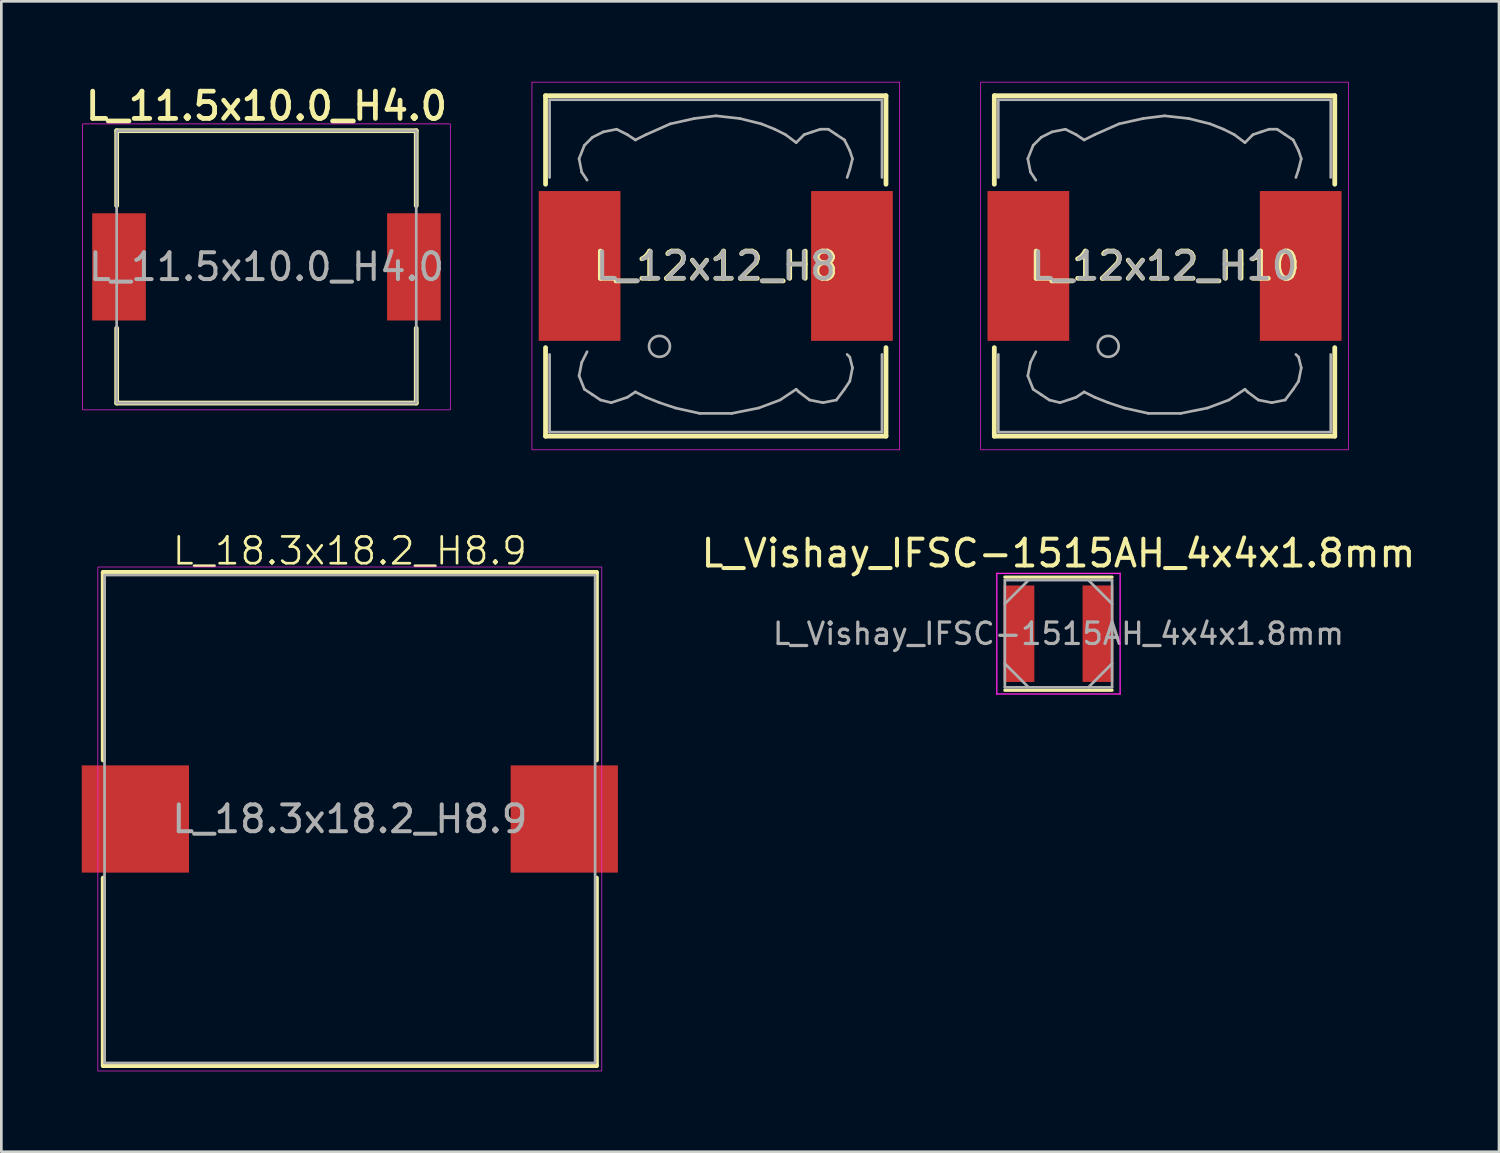
<source format=kicad_pcb>
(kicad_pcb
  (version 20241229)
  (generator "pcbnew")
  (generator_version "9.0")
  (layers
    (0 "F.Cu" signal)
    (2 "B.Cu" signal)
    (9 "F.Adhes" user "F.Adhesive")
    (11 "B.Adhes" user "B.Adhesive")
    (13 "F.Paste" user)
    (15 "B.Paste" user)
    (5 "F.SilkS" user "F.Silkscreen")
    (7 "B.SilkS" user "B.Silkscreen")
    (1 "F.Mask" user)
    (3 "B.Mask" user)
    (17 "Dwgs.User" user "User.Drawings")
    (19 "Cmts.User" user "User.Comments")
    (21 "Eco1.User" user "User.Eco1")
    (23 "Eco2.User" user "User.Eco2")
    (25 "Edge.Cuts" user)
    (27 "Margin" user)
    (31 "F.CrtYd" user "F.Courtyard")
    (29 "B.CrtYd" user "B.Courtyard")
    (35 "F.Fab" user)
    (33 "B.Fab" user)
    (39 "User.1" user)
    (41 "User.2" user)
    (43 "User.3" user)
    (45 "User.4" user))
  (footprint "L_18.3x18.2_H8.9"
    (layer "F.Cu")
    (at 10 27.502)
    (property "Reference" "L_18.3x18.2_H8.9" (at 0 -10 0) (unlocked yes) (layer "F.SilkS") (effects (font (size 1 1) (thickness 0.1))))
    (attr smd)
    (fp_line (start -9.2 -9.2) (end 9.2 -9.2) (stroke (width 0.178) (type default)) (layer "F.SilkS"))
    (fp_line (start -9.2 -2.2) (end -9.2 -9.2) (stroke (width 0.178) (type default)) (layer "F.SilkS"))
    (fp_line (start -9.2 9.2) (end -9.2 2.2) (stroke (width 0.178) (type default)) (layer "F.SilkS"))
    (fp_line (start 9.2 -9.2) (end 9.2 -2.2) (stroke (width 0.178) (type default)) (layer "F.SilkS"))
    (fp_line (start 9.2 2.2) (end 9.2 9.2) (stroke (width 0.178) (type default)) (layer "F.SilkS"))
    (fp_line (start 9.2 9.2) (end -9.2 9.2) (stroke (width 0.178) (type default)) (layer "F.SilkS"))
    (fp_rect (start -9.4 -9.4) (end 9.4 9.4) (stroke (width 0.025) (type default)) (fill no) (layer "F.CrtYd"))
    (fp_rect (start -9.15 -9.1) (end 9.15 9.1) (stroke (width 0.1) (type default)) (fill no) (layer "F.Fab"))
    (fp_text user "${REFERENCE}" (at 0 0 0) (unlocked yes) (layer "F.Fab") (effects (font (size 1 1) (thickness 0.15))))
    (pad "1" smd rect (at -8 0) (size 4 4) (layers "F.Cu" "F.Mask" "F.Paste"))
    (pad "2" smd rect (at 8 0) (size 4 4) (layers "F.Cu" "F.Mask" "F.Paste")))
  (footprint "L_11.5x10.0_H4.0"
    (layer "F.Cu")
    (at 6.89 6.906)
    (property "Reference" "L_11.5x10.0_H4.0" (at 0 -6 0) (layer "F.SilkS") (effects (font (size 1.016 1.016) (thickness 0.178))))
    (attr smd)
    (fp_line (start -5.588 -5.08) (end 5.588 -5.08) (stroke (width 0.178) (type solid)) (layer "F.SilkS"))
    (fp_line (start -5.588 -2.286) (end -5.588 -5.08) (stroke (width 0.178) (type solid)) (layer "F.SilkS"))
    (fp_line (start -5.588 5.08) (end -5.588 2.286) (stroke (width 0.178) (type solid)) (layer "F.SilkS"))
    (fp_line (start 5.588 -5.08) (end 5.588 -2.286) (stroke (width 0.178) (type solid)) (layer "F.SilkS"))
    (fp_line (start 5.588 2.286) (end 5.588 5.08) (stroke (width 0.178) (type solid)) (layer "F.SilkS"))
    (fp_line (start 5.588 5.08) (end -5.588 5.08) (stroke (width 0.178) (type solid)) (layer "F.SilkS"))
    (fp_rect (start -6.858 5.334) (end 6.858 -5.334) (stroke (width 0.025) (type solid)) (fill no) (layer "F.CrtYd"))
    (fp_rect (start -5.588 -5.08) (end 5.588 5.08) (stroke (width 0.1) (type solid)) (fill no) (layer "F.Fab"))
    (fp_text user "${REFERENCE}" (at 0 0 0) (layer "F.Fab") (effects (font (size 1 1) (thickness 0.15))))
    (pad "1" smd rect (at -5.5 0) (size 2 4) (layers "F.Cu" "F.Mask" "F.Paste"))
    (pad "2" smd rect (at 5.5 0) (size 2 4) (layers "F.Cu" "F.Mask" "F.Paste")))
  (footprint "L_12x12_H10"
    (layer "F.Cu")
    (at 40.392 6.871)
    (property "Reference" "L_12x12_H10" (at 0 0 0) (layer "F.SilkS") (effects (font (size 1.016 1.016) (thickness 0.178))))
    (attr smd)
    (fp_line (start -6.35 -3.048) (end -6.35 -6.35) (stroke (width 0.178) (type solid)) (layer "F.SilkS"))
    (fp_line (start -6.35 3.048) (end -6.35 6.35) (stroke (width 0.178) (type solid)) (layer "F.SilkS"))
    (fp_line (start 6.35 -6.35) (end -6.35 -6.35) (stroke (width 0.178) (type solid)) (layer "F.SilkS"))
    (fp_line (start 6.35 -3.048) (end 6.35 -6.35) (stroke (width 0.178) (type solid)) (layer "F.SilkS"))
    (fp_line (start 6.35 3.048) (end 6.35 6.35) (stroke (width 0.178) (type solid)) (layer "F.SilkS"))
    (fp_line (start 6.35 6.35) (end -6.35 6.35) (stroke (width 0.178) (type solid)) (layer "F.SilkS"))
    (fp_rect (start -6.858 6.858) (end 6.858 -6.858) (stroke (width 0.025) (type solid)) (fill no) (layer "F.CrtYd"))
    (fp_line (start -6.2 -6.2) (end -6.2 -3.3) (stroke (width 0.1) (type solid)) (layer "F.Fab"))
    (fp_line (start -6.2 3.3) (end -6.2 6.2) (stroke (width 0.1) (type solid)) (layer "F.Fab"))
    (fp_line (start -6.2 6.2) (end 6.2 6.2) (stroke (width 0.1) (type solid)) (layer "F.Fab"))
    (fp_line (start -5.1 -4) (end -5 -3.5) (stroke (width 0.1) (type solid)) (layer "F.Fab"))
    (fp_line (start -5.1 4.1) (end -5 3.6) (stroke (width 0.1) (type solid)) (layer "F.Fab"))
    (fp_line (start -5 -3.5) (end -4.8 -3.2) (stroke (width 0.1) (type solid)) (layer "F.Fab"))
    (fp_line (start -5 3.6) (end -4.8 3.2) (stroke (width 0.1) (type solid)) (layer "F.Fab"))
    (fp_line (start -4.9 -4.5) (end -5.1 -4) (stroke (width 0.1) (type solid)) (layer "F.Fab"))
    (fp_line (start -4.9 4.6) (end -5.1 4.1) (stroke (width 0.1) (type solid)) (layer "F.Fab"))
    (fp_line (start -4.6 -4.8) (end -4.9 -4.5) (stroke (width 0.1) (type solid)) (layer "F.Fab"))
    (fp_line (start -4.6 4.8) (end -4.9 4.6) (stroke (width 0.1) (type solid)) (layer "F.Fab"))
    (fp_line (start -4.3 5) (end -4.6 4.8) (stroke (width 0.1) (type solid)) (layer "F.Fab"))
    (fp_line (start -4.2 -5) (end -4.6 -4.8) (stroke (width 0.1) (type solid)) (layer "F.Fab"))
    (fp_line (start -3.9 5.1) (end -4.3 5) (stroke (width 0.1) (type solid)) (layer "F.Fab"))
    (fp_line (start -3.7 -5.1) (end -4.2 -5) (stroke (width 0.1) (type solid)) (layer "F.Fab"))
    (fp_line (start -3.3 -4.9) (end -3.7 -5.1) (stroke (width 0.1) (type solid)) (layer "F.Fab"))
    (fp_line (start -3.3 4.9) (end -3.9 5.1) (stroke (width 0.1) (type solid)) (layer "F.Fab"))
    (fp_line (start -3 -4.7) (end -3.3 -4.9) (stroke (width 0.1) (type solid)) (layer "F.Fab"))
    (fp_line (start -3 4.7) (end -3.3 4.9) (stroke (width 0.1) (type solid)) (layer "F.Fab"))
    (fp_line (start -2.6 -4.9) (end -3 -4.7) (stroke (width 0.1) (type solid)) (layer "F.Fab"))
    (fp_line (start -2.6 4.9) (end -3 4.7) (stroke (width 0.1) (type solid)) (layer "F.Fab"))
    (fp_line (start -2.1 5.1) (end -2.6 4.9) (stroke (width 0.1) (type solid)) (layer "F.Fab"))
    (fp_line (start -1.7 -5.3) (end -2.6 -4.9) (stroke (width 0.1) (type solid)) (layer "F.Fab"))
    (fp_line (start -1.5 5.3) (end -2.1 5.1) (stroke (width 0.1) (type solid)) (layer "F.Fab"))
    (fp_line (start -0.8 -5.5) (end -1.7 -5.3) (stroke (width 0.1) (type solid)) (layer "F.Fab"))
    (fp_line (start -0.6 5.5) (end -1.5 5.3) (stroke (width 0.1) (type solid)) (layer "F.Fab"))
    (fp_line (start 0 -5.6) (end -0.8 -5.5) (stroke (width 0.1) (type solid)) (layer "F.Fab"))
    (fp_line (start 0.6 5.5) (end -0.6 5.5) (stroke (width 0.1) (type solid)) (layer "F.Fab"))
    (fp_line (start 0.9 -5.5) (end 0 -5.6) (stroke (width 0.1) (type solid)) (layer "F.Fab"))
    (fp_line (start 1.6 5.3) (end 0.6 5.5) (stroke (width 0.1) (type solid)) (layer "F.Fab"))
    (fp_line (start 1.7 -5.3) (end 0.9 -5.5) (stroke (width 0.1) (type solid)) (layer "F.Fab"))
    (fp_line (start 2.2 -5.1) (end 1.7 -5.3) (stroke (width 0.1) (type solid)) (layer "F.Fab"))
    (fp_line (start 2.4 5) (end 1.6 5.3) (stroke (width 0.1) (type solid)) (layer "F.Fab"))
    (fp_line (start 2.6 -4.9) (end 2.2 -5.1) (stroke (width 0.1) (type solid)) (layer "F.Fab"))
    (fp_line (start 3 -4.6) (end 2.6 -4.9) (stroke (width 0.1) (type solid)) (layer "F.Fab"))
    (fp_line (start 3 4.6) (end 2.4 5) (stroke (width 0.1) (type solid)) (layer "F.Fab"))
    (fp_line (start 3.1 4.7) (end 3 4.6) (stroke (width 0.1) (type solid)) (layer "F.Fab"))
    (fp_line (start 3.3 -4.9) (end 3 -4.6) (stroke (width 0.1) (type solid)) (layer "F.Fab"))
    (fp_line (start 3.5 5) (end 3.1 4.7) (stroke (width 0.1) (type solid)) (layer "F.Fab"))
    (fp_line (start 3.6 -5) (end 3.3 -4.9) (stroke (width 0.1) (type solid)) (layer "F.Fab"))
    (fp_line (start 3.9 -5.1) (end 3.6 -5) (stroke (width 0.1) (type solid)) (layer "F.Fab"))
    (fp_line (start 4 5.1) (end 3.5 5) (stroke (width 0.1) (type solid)) (layer "F.Fab"))
    (fp_line (start 4.2 -5.1) (end 3.9 -5.1) (stroke (width 0.1) (type solid)) (layer "F.Fab"))
    (fp_line (start 4.5 -4.9) (end 4.2 -5.1) (stroke (width 0.1) (type solid)) (layer "F.Fab"))
    (fp_line (start 4.5 5) (end 4 5.1) (stroke (width 0.1) (type solid)) (layer "F.Fab"))
    (fp_line (start 4.8 -4.7) (end 4.5 -4.9) (stroke (width 0.1) (type solid)) (layer "F.Fab"))
    (fp_line (start 4.8 4.6) (end 4.5 5) (stroke (width 0.1) (type solid)) (layer "F.Fab"))
    (fp_line (start 4.9 -3.3) (end 5 -3.6) (stroke (width 0.1) (type solid)) (layer "F.Fab"))
    (fp_line (start 4.9 3.3) (end 5 3.4) (stroke (width 0.1) (type solid)) (layer "F.Fab"))
    (fp_line (start 5 -4.3) (end 4.8 -4.7) (stroke (width 0.1) (type solid)) (layer "F.Fab"))
    (fp_line (start 5 -3.6) (end 5.1 -4) (stroke (width 0.1) (type solid)) (layer "F.Fab"))
    (fp_line (start 5 3.4) (end 5.1 3.8) (stroke (width 0.1) (type solid)) (layer "F.Fab"))
    (fp_line (start 5 4.3) (end 4.8 4.6) (stroke (width 0.1) (type solid)) (layer "F.Fab"))
    (fp_line (start 5.1 -4) (end 5 -4.3) (stroke (width 0.1) (type solid)) (layer "F.Fab"))
    (fp_line (start 5.1 3.8) (end 5 4.3) (stroke (width 0.1) (type solid)) (layer "F.Fab"))
    (fp_line (start 6.2 -6.2) (end -6.2 -6.2) (stroke (width 0.1) (type solid)) (layer "F.Fab"))
    (fp_line (start 6.2 -6.2) (end 6.2 -3.3) (stroke (width 0.1) (type solid)) (layer "F.Fab"))
    (fp_line (start 6.2 6.2) (end 6.2 3.3) (stroke (width 0.1) (type solid)) (layer "F.Fab"))
    (fp_circle (center -2.1 3) (end -1.8 3.25) (stroke (width 0.1) (type solid)) (fill no) (layer "F.Fab"))
    (fp_text user "${REFERENCE}" (at 0 0 0) (layer "F.Fab") (effects (font (size 1 1) (thickness 0.15))))
    (pad "1" smd rect (at -5.08 0) (size 3.048 5.588) (layers "F.Cu" "F.Mask" "F.Paste"))
    (pad "2" smd rect (at 5.08 0) (size 3.048 5.588) (layers "F.Cu" "F.Mask" "F.Paste")))
  (footprint "L_Vishay_IFSC-1515AH_4x4x1.8mm"
    (layer "F.Cu")
    (at 36.435 20.59)
    (property "Reference" "L_Vishay_IFSC-1515AH_4x4x1.8mm" (at 0 -3 0) (layer "F.SilkS") (effects (font (size 1 1) (thickness 0.15))))
    (attr smd)
    (fp_line (start -2 -2.11) (end 2 -2.11) (stroke (width 0.12) (type solid)) (layer "F.SilkS"))
    (fp_line (start 2 2.11) (end -2 2.11) (stroke (width 0.12) (type solid)) (layer "F.SilkS"))
    (fp_line (start -2.3 -2.25) (end 2.3 -2.25) (stroke (width 0.05) (type solid)) (layer "F.CrtYd"))
    (fp_line (start -2.3 2.25) (end -2.3 -2.25) (stroke (width 0.05) (type solid)) (layer "F.CrtYd"))
    (fp_line (start 2.3 -2.25) (end 2.3 2.25) (stroke (width 0.05) (type solid)) (layer "F.CrtYd"))
    (fp_line (start 2.3 2.25) (end -2.3 2.25) (stroke (width 0.05) (type solid)) (layer "F.CrtYd"))
    (fp_line (start -2 -2) (end 2 -2) (stroke (width 0.1) (type solid)) (layer "F.Fab"))
    (fp_line (start -2 -1.115) (end -1.115 -2) (stroke (width 0.1) (type solid)) (layer "F.Fab"))
    (fp_line (start -2 2) (end -2 -2) (stroke (width 0.1) (type solid)) (layer "F.Fab"))
    (fp_line (start -1.115 2) (end -2 1.115) (stroke (width 0.1) (type solid)) (layer "F.Fab"))
    (fp_line (start 1.115 -2) (end 2 -1.115) (stroke (width 0.1) (type solid)) (layer "F.Fab"))
    (fp_line (start 2 -2) (end 2 2) (stroke (width 0.1) (type solid)) (layer "F.Fab"))
    (fp_line (start 2 1.115) (end 1.115 2) (stroke (width 0.1) (type solid)) (layer "F.Fab"))
    (fp_line (start 2 2) (end -2 2) (stroke (width 0.1) (type solid)) (layer "F.Fab"))
    (fp_text user "${REFERENCE}" (at 0 0 0) (layer "F.Fab") (effects (font (size 0.8 0.8) (thickness 0.12))))
    (pad "1" smd rect (at -1.475 0) (size 1.15 3.6) (layers "F.Cu" "F.Mask" "F.Paste"))
    (pad "2" smd rect (at 1.475 0) (size 1.15 3.6) (layers "F.Cu" "F.Mask" "F.Paste")))
  (footprint "L_12x12_H8"
    (layer "F.Cu")
    (at 23.651 6.871)
    (property "Reference" "L_12x12_H8" (at 0 0 0) (layer "F.SilkS") (effects (font (size 1.016 1.016) (thickness 0.178))))
    (attr smd)
    (fp_line (start -6.35 -3.048) (end -6.35 -6.35) (stroke (width 0.178) (type solid)) (layer "F.SilkS"))
    (fp_line (start -6.35 3.048) (end -6.35 6.35) (stroke (width 0.178) (type solid)) (layer "F.SilkS"))
    (fp_line (start 6.35 -6.35) (end -6.35 -6.35) (stroke (width 0.178) (type solid)) (layer "F.SilkS"))
    (fp_line (start 6.35 -3.048) (end 6.35 -6.35) (stroke (width 0.178) (type solid)) (layer "F.SilkS"))
    (fp_line (start 6.35 3.048) (end 6.35 6.35) (stroke (width 0.178) (type solid)) (layer "F.SilkS"))
    (fp_line (start 6.35 6.35) (end -6.35 6.35) (stroke (width 0.178) (type solid)) (layer "F.SilkS"))
    (fp_rect (start -6.858 6.858) (end 6.858 -6.858) (stroke (width 0.025) (type solid)) (fill no) (layer "F.CrtYd"))
    (fp_line (start -6.2 -6.2) (end -6.2 -3.3) (stroke (width 0.1) (type solid)) (layer "F.Fab"))
    (fp_line (start -6.2 3.3) (end -6.2 6.2) (stroke (width 0.1) (type solid)) (layer "F.Fab"))
    (fp_line (start -6.2 6.2) (end 6.2 6.2) (stroke (width 0.1) (type solid)) (layer "F.Fab"))
    (fp_line (start -5.1 -4) (end -5 -3.5) (stroke (width 0.1) (type solid)) (layer "F.Fab"))
    (fp_line (start -5.1 4.1) (end -5 3.6) (stroke (width 0.1) (type solid)) (layer "F.Fab"))
    (fp_line (start -5 -3.5) (end -4.8 -3.2) (stroke (width 0.1) (type solid)) (layer "F.Fab"))
    (fp_line (start -5 3.6) (end -4.8 3.2) (stroke (width 0.1) (type solid)) (layer "F.Fab"))
    (fp_line (start -4.9 -4.5) (end -5.1 -4) (stroke (width 0.1) (type solid)) (layer "F.Fab"))
    (fp_line (start -4.9 4.6) (end -5.1 4.1) (stroke (width 0.1) (type solid)) (layer "F.Fab"))
    (fp_line (start -4.6 -4.8) (end -4.9 -4.5) (stroke (width 0.1) (type solid)) (layer "F.Fab"))
    (fp_line (start -4.6 4.8) (end -4.9 4.6) (stroke (width 0.1) (type solid)) (layer "F.Fab"))
    (fp_line (start -4.3 5) (end -4.6 4.8) (stroke (width 0.1) (type solid)) (layer "F.Fab"))
    (fp_line (start -4.2 -5) (end -4.6 -4.8) (stroke (width 0.1) (type solid)) (layer "F.Fab"))
    (fp_line (start -3.9 5.1) (end -4.3 5) (stroke (width 0.1) (type solid)) (layer "F.Fab"))
    (fp_line (start -3.7 -5.1) (end -4.2 -5) (stroke (width 0.1) (type solid)) (layer "F.Fab"))
    (fp_line (start -3.3 -4.9) (end -3.7 -5.1) (stroke (width 0.1) (type solid)) (layer "F.Fab"))
    (fp_line (start -3.3 4.9) (end -3.9 5.1) (stroke (width 0.1) (type solid)) (layer "F.Fab"))
    (fp_line (start -3 -4.7) (end -3.3 -4.9) (stroke (width 0.1) (type solid)) (layer "F.Fab"))
    (fp_line (start -3 4.7) (end -3.3 4.9) (stroke (width 0.1) (type solid)) (layer "F.Fab"))
    (fp_line (start -2.6 -4.9) (end -3 -4.7) (stroke (width 0.1) (type solid)) (layer "F.Fab"))
    (fp_line (start -2.6 4.9) (end -3 4.7) (stroke (width 0.1) (type solid)) (layer "F.Fab"))
    (fp_line (start -2.1 5.1) (end -2.6 4.9) (stroke (width 0.1) (type solid)) (layer "F.Fab"))
    (fp_line (start -1.7 -5.3) (end -2.6 -4.9) (stroke (width 0.1) (type solid)) (layer "F.Fab"))
    (fp_line (start -1.5 5.3) (end -2.1 5.1) (stroke (width 0.1) (type solid)) (layer "F.Fab"))
    (fp_line (start -0.8 -5.5) (end -1.7 -5.3) (stroke (width 0.1) (type solid)) (layer "F.Fab"))
    (fp_line (start -0.6 5.5) (end -1.5 5.3) (stroke (width 0.1) (type solid)) (layer "F.Fab"))
    (fp_line (start 0 -5.6) (end -0.8 -5.5) (stroke (width 0.1) (type solid)) (layer "F.Fab"))
    (fp_line (start 0.6 5.5) (end -0.6 5.5) (stroke (width 0.1) (type solid)) (layer "F.Fab"))
    (fp_line (start 0.9 -5.5) (end 0 -5.6) (stroke (width 0.1) (type solid)) (layer "F.Fab"))
    (fp_line (start 1.6 5.3) (end 0.6 5.5) (stroke (width 0.1) (type solid)) (layer "F.Fab"))
    (fp_line (start 1.7 -5.3) (end 0.9 -5.5) (stroke (width 0.1) (type solid)) (layer "F.Fab"))
    (fp_line (start 2.2 -5.1) (end 1.7 -5.3) (stroke (width 0.1) (type solid)) (layer "F.Fab"))
    (fp_line (start 2.4 5) (end 1.6 5.3) (stroke (width 0.1) (type solid)) (layer "F.Fab"))
    (fp_line (start 2.6 -4.9) (end 2.2 -5.1) (stroke (width 0.1) (type solid)) (layer "F.Fab"))
    (fp_line (start 3 -4.6) (end 2.6 -4.9) (stroke (width 0.1) (type solid)) (layer "F.Fab"))
    (fp_line (start 3 4.6) (end 2.4 5) (stroke (width 0.1) (type solid)) (layer "F.Fab"))
    (fp_line (start 3.1 4.7) (end 3 4.6) (stroke (width 0.1) (type solid)) (layer "F.Fab"))
    (fp_line (start 3.3 -4.9) (end 3 -4.6) (stroke (width 0.1) (type solid)) (layer "F.Fab"))
    (fp_line (start 3.5 5) (end 3.1 4.7) (stroke (width 0.1) (type solid)) (layer "F.Fab"))
    (fp_line (start 3.6 -5) (end 3.3 -4.9) (stroke (width 0.1) (type solid)) (layer "F.Fab"))
    (fp_line (start 3.9 -5.1) (end 3.6 -5) (stroke (width 0.1) (type solid)) (layer "F.Fab"))
    (fp_line (start 4 5.1) (end 3.5 5) (stroke (width 0.1) (type solid)) (layer "F.Fab"))
    (fp_line (start 4.2 -5.1) (end 3.9 -5.1) (stroke (width 0.1) (type solid)) (layer "F.Fab"))
    (fp_line (start 4.5 -4.9) (end 4.2 -5.1) (stroke (width 0.1) (type solid)) (layer "F.Fab"))
    (fp_line (start 4.5 5) (end 4 5.1) (stroke (width 0.1) (type solid)) (layer "F.Fab"))
    (fp_line (start 4.8 -4.7) (end 4.5 -4.9) (stroke (width 0.1) (type solid)) (layer "F.Fab"))
    (fp_line (start 4.8 4.6) (end 4.5 5) (stroke (width 0.1) (type solid)) (layer "F.Fab"))
    (fp_line (start 4.9 -3.3) (end 5 -3.6) (stroke (width 0.1) (type solid)) (layer "F.Fab"))
    (fp_line (start 4.9 3.3) (end 5 3.4) (stroke (width 0.1) (type solid)) (layer "F.Fab"))
    (fp_line (start 5 -4.3) (end 4.8 -4.7) (stroke (width 0.1) (type solid)) (layer "F.Fab"))
    (fp_line (start 5 -3.6) (end 5.1 -4) (stroke (width 0.1) (type solid)) (layer "F.Fab"))
    (fp_line (start 5 3.4) (end 5.1 3.8) (stroke (width 0.1) (type solid)) (layer "F.Fab"))
    (fp_line (start 5 4.3) (end 4.8 4.6) (stroke (width 0.1) (type solid)) (layer "F.Fab"))
    (fp_line (start 5.1 -4) (end 5 -4.3) (stroke (width 0.1) (type solid)) (layer "F.Fab"))
    (fp_line (start 5.1 3.8) (end 5 4.3) (stroke (width 0.1) (type solid)) (layer "F.Fab"))
    (fp_line (start 6.2 -6.2) (end -6.2 -6.2) (stroke (width 0.1) (type solid)) (layer "F.Fab"))
    (fp_line (start 6.2 -6.2) (end 6.2 -3.3) (stroke (width 0.1) (type solid)) (layer "F.Fab"))
    (fp_line (start 6.2 6.2) (end 6.2 3.3) (stroke (width 0.1) (type solid)) (layer "F.Fab"))
    (fp_circle (center -2.1 3) (end -1.8 3.25) (stroke (width 0.1) (type solid)) (fill no) (layer "F.Fab"))
    (fp_text user "${REFERENCE}" (at 0 0 0) (layer "F.Fab") (effects (font (size 1 1) (thickness 0.15))))
    (pad "1" smd rect (at -5.08 0) (size 3.048 5.588) (layers "F.Cu" "F.Mask" "F.Paste"))
    (pad "2" smd rect (at 5.08 0) (size 3.048 5.588) (layers "F.Cu" "F.Mask" "F.Paste")))
  (gr_rect
    (start -3 -3)
    (end 52.869 39.915)
    (stroke (width 0.1) (type default))
    (fill no)
    (layer "Edge.Cuts")))
</source>
